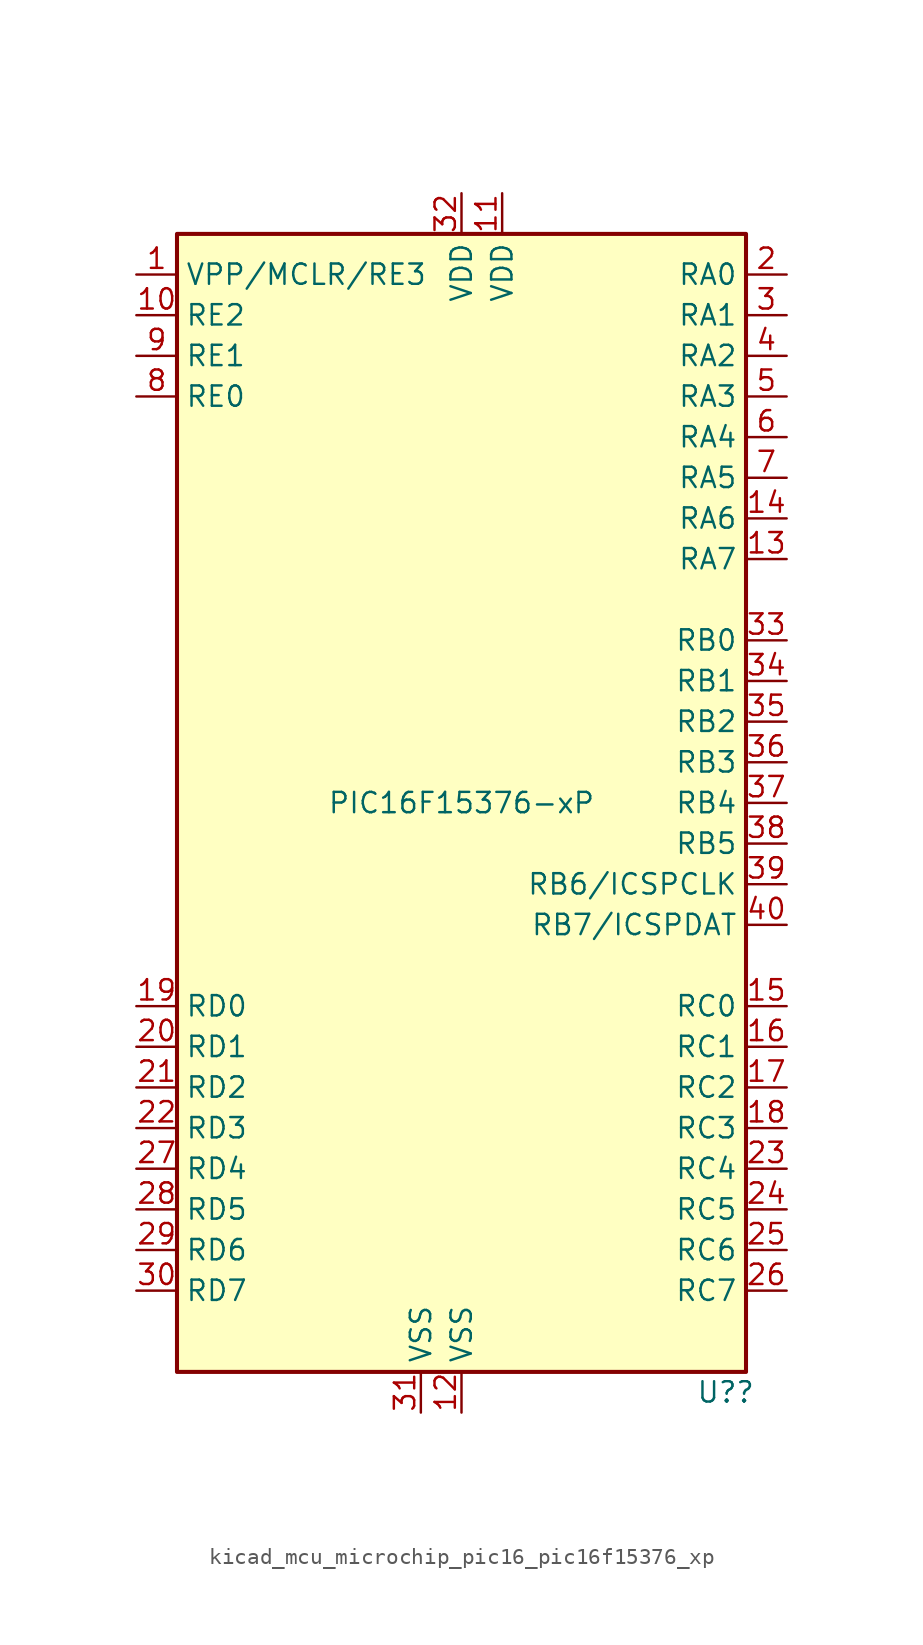
<source format=kicad_sym>
(kicad_symbol_lib
  (version 20220914)
  (generator kicad_symbol_editor)
  (symbol "kicad_mcu_microchip_pic16_pic16f15376_xp"
    (property "Reference" "U?"
      (at 16.51 -36.83 0)
      (effects (font (size 1.27 1.27))))
    (property "Value" "PIC16F15376-xP"
      (at 0 0 0)
      (effects (font (size 1.27 1.27))))
    (symbol "kicad_mcu_microchip_pic16_pic16f15376_xp_0_1"
      (rectangle (start -17.78 35.56) (end 17.78 -35.56) (stroke (width 0.254) (type default)) (fill (type background))))
    (symbol "kicad_mcu_microchip_pic16_pic16f15376_xp_1_1"
      (pin bidirectional line (at -20.32 33.02 0) (length 2.54) (name "VPP/MCLR/RE3" (effects (font (size 1.27 1.27)))) (number "1" (effects (font (size 1.27 1.27)))))
      (pin bidirectional line (at -20.32 30.48 0) (length 2.54) (name "RE2" (effects (font (size 1.27 1.27)))) (number "10" (effects (font (size 1.27 1.27)))))
      (pin power_in line (at 2.54 38.1 270) (length 2.54) (name "VDD" (effects (font (size 1.27 1.27)))) (number "11" (effects (font (size 1.27 1.27)))))
      (pin power_in line (at 0 -38.1 90) (length 2.54) (name "VSS" (effects (font (size 1.27 1.27)))) (number "12" (effects (font (size 1.27 1.27)))))
      (pin bidirectional line (at 20.32 15.24 180) (length 2.54) (name "RA7" (effects (font (size 1.27 1.27)))) (number "13" (effects (font (size 1.27 1.27)))))
      (pin bidirectional line (at 20.32 17.78 180) (length 2.54) (name "RA6" (effects (font (size 1.27 1.27)))) (number "14" (effects (font (size 1.27 1.27)))))
      (pin bidirectional line (at 20.32 -12.7 180) (length 2.54) (name "RC0" (effects (font (size 1.27 1.27)))) (number "15" (effects (font (size 1.27 1.27)))))
      (pin bidirectional line (at 20.32 -15.24 180) (length 2.54) (name "RC1" (effects (font (size 1.27 1.27)))) (number "16" (effects (font (size 1.27 1.27)))))
      (pin bidirectional line (at 20.32 -17.78 180) (length 2.54) (name "RC2" (effects (font (size 1.27 1.27)))) (number "17" (effects (font (size 1.27 1.27)))))
      (pin bidirectional line (at 20.32 -20.32 180) (length 2.54) (name "RC3" (effects (font (size 1.27 1.27)))) (number "18" (effects (font (size 1.27 1.27)))))
      (pin bidirectional line (at -20.32 -12.7 0) (length 2.54) (name "RD0" (effects (font (size 1.27 1.27)))) (number "19" (effects (font (size 1.27 1.27)))))
      (pin bidirectional line (at 20.32 33.02 180) (length 2.54) (name "RA0" (effects (font (size 1.27 1.27)))) (number "2" (effects (font (size 1.27 1.27)))))
      (pin bidirectional line (at -20.32 -15.24 0) (length 2.54) (name "RD1" (effects (font (size 1.27 1.27)))) (number "20" (effects (font (size 1.27 1.27)))))
      (pin bidirectional line (at -20.32 -17.78 0) (length 2.54) (name "RD2" (effects (font (size 1.27 1.27)))) (number "21" (effects (font (size 1.27 1.27)))))
      (pin bidirectional line (at -20.32 -20.32 0) (length 2.54) (name "RD3" (effects (font (size 1.27 1.27)))) (number "22" (effects (font (size 1.27 1.27)))))
      (pin bidirectional line (at 20.32 -22.86 180) (length 2.54) (name "RC4" (effects (font (size 1.27 1.27)))) (number "23" (effects (font (size 1.27 1.27)))))
      (pin bidirectional line (at 20.32 -25.4 180) (length 2.54) (name "RC5" (effects (font (size 1.27 1.27)))) (number "24" (effects (font (size 1.27 1.27)))))
      (pin bidirectional line (at 20.32 -27.94 180) (length 2.54) (name "RC6" (effects (font (size 1.27 1.27)))) (number "25" (effects (font (size 1.27 1.27)))))
      (pin bidirectional line (at 20.32 -30.48 180) (length 2.54) (name "RC7" (effects (font (size 1.27 1.27)))) (number "26" (effects (font (size 1.27 1.27)))))
      (pin bidirectional line (at -20.32 -22.86 0) (length 2.54) (name "RD4" (effects (font (size 1.27 1.27)))) (number "27" (effects (font (size 1.27 1.27)))))
      (pin bidirectional line (at -20.32 -25.4 0) (length 2.54) (name "RD5" (effects (font (size 1.27 1.27)))) (number "28" (effects (font (size 1.27 1.27)))))
      (pin bidirectional line (at -20.32 -27.94 0) (length 2.54) (name "RD6" (effects (font (size 1.27 1.27)))) (number "29" (effects (font (size 1.27 1.27)))))
      (pin bidirectional line (at 20.32 30.48 180) (length 2.54) (name "RA1" (effects (font (size 1.27 1.27)))) (number "3" (effects (font (size 1.27 1.27)))))
      (pin bidirectional line (at -20.32 -30.48 0) (length 2.54) (name "RD7" (effects (font (size 1.27 1.27)))) (number "30" (effects (font (size 1.27 1.27)))))
      (pin power_in line (at -2.54 -38.1 90) (length 2.54) (name "VSS" (effects (font (size 1.27 1.27)))) (number "31" (effects (font (size 1.27 1.27)))))
      (pin power_in line (at 0 38.1 270) (length 2.54) (name "VDD" (effects (font (size 1.27 1.27)))) (number "32" (effects (font (size 1.27 1.27)))))
      (pin bidirectional line (at 20.32 10.16 180) (length 2.54) (name "RB0" (effects (font (size 1.27 1.27)))) (number "33" (effects (font (size 1.27 1.27)))))
      (pin bidirectional line (at 20.32 7.62 180) (length 2.54) (name "RB1" (effects (font (size 1.27 1.27)))) (number "34" (effects (font (size 1.27 1.27)))))
      (pin bidirectional line (at 20.32 5.08 180) (length 2.54) (name "RB2" (effects (font (size 1.27 1.27)))) (number "35" (effects (font (size 1.27 1.27)))))
      (pin bidirectional line (at 20.32 2.54 180) (length 2.54) (name "RB3" (effects (font (size 1.27 1.27)))) (number "36" (effects (font (size 1.27 1.27)))))
      (pin bidirectional line (at 20.32 0 180) (length 2.54) (name "RB4" (effects (font (size 1.27 1.27)))) (number "37" (effects (font (size 1.27 1.27)))))
      (pin bidirectional line (at 20.32 -2.54 180) (length 2.54) (name "RB5" (effects (font (size 1.27 1.27)))) (number "38" (effects (font (size 1.27 1.27)))))
      (pin bidirectional line (at 20.32 -5.08 180) (length 2.54) (name "RB6/ICSPCLK" (effects (font (size 1.27 1.27)))) (number "39" (effects (font (size 1.27 1.27)))))
      (pin bidirectional line (at 20.32 27.94 180) (length 2.54) (name "RA2" (effects (font (size 1.27 1.27)))) (number "4" (effects (font (size 1.27 1.27)))))
      (pin bidirectional line (at 20.32 -7.62 180) (length 2.54) (name "RB7/ICSPDAT" (effects (font (size 1.27 1.27)))) (number "40" (effects (font (size 1.27 1.27)))))
      (pin bidirectional line (at 20.32 25.4 180) (length 2.54) (name "RA3" (effects (font (size 1.27 1.27)))) (number "5" (effects (font (size 1.27 1.27)))))
      (pin bidirectional line (at 20.32 22.86 180) (length 2.54) (name "RA4" (effects (font (size 1.27 1.27)))) (number "6" (effects (font (size 1.27 1.27)))))
      (pin bidirectional line (at 20.32 20.32 180) (length 2.54) (name "RA5" (effects (font (size 1.27 1.27)))) (number "7" (effects (font (size 1.27 1.27)))))
      (pin bidirectional line (at -20.32 25.4 0) (length 2.54) (name "RE0" (effects (font (size 1.27 1.27)))) (number "8" (effects (font (size 1.27 1.27)))))
      (pin bidirectional line (at -20.32 27.94 0) (length 2.54) (name "RE1" (effects (font (size 1.27 1.27)))) (number "9" (effects (font (size 1.27 1.27))))))))
</source>
